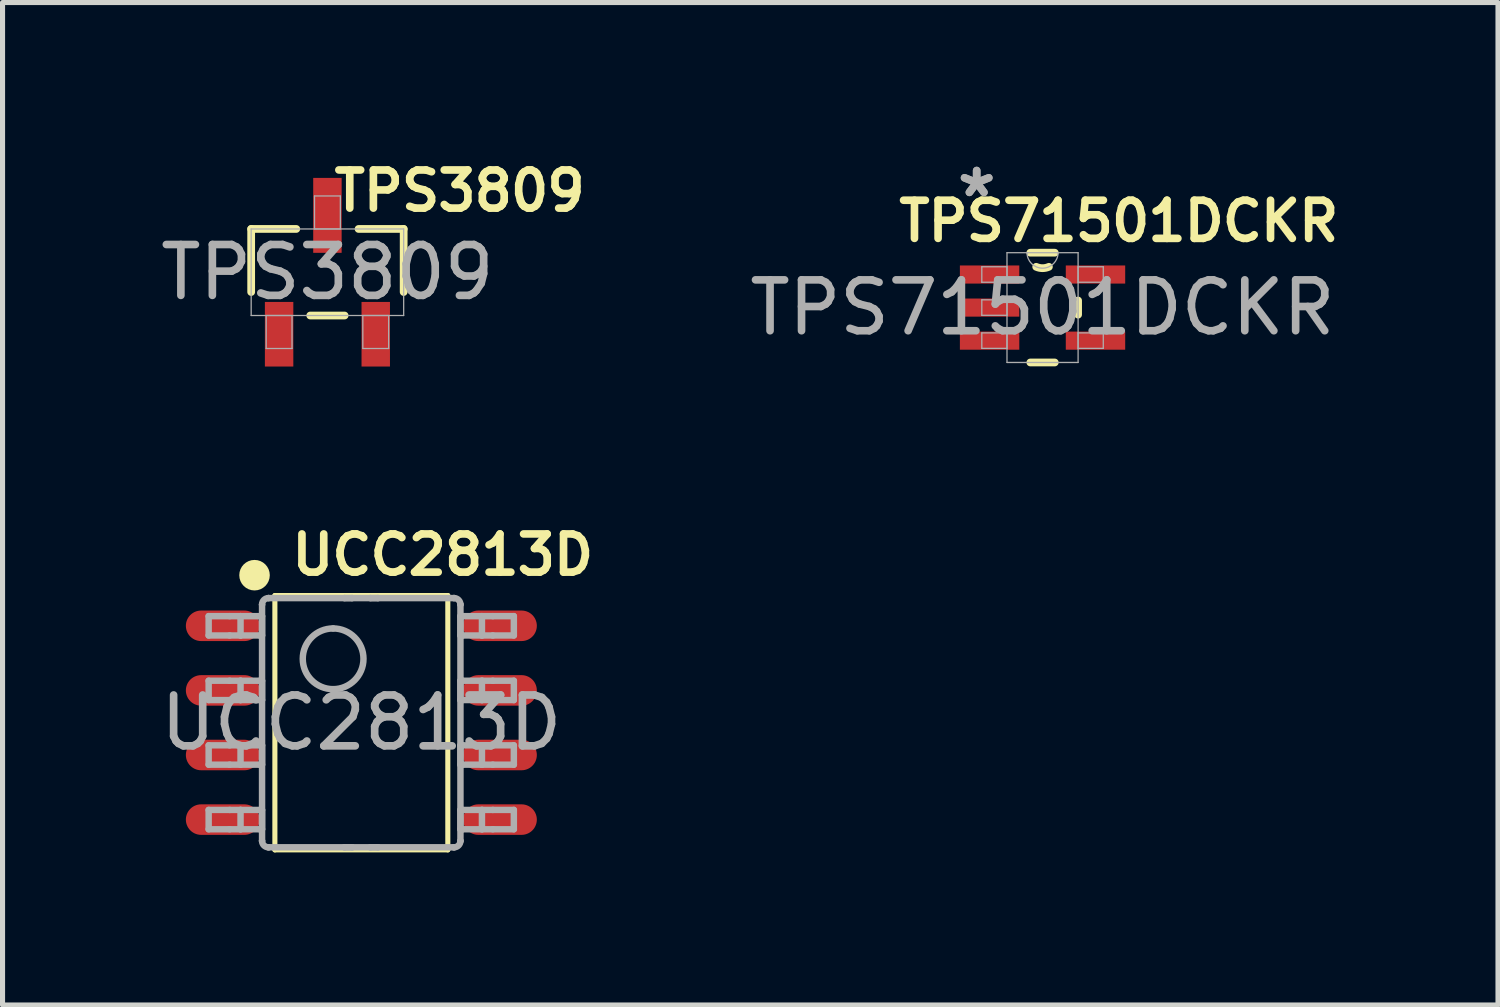
<source format=kicad_pcb>
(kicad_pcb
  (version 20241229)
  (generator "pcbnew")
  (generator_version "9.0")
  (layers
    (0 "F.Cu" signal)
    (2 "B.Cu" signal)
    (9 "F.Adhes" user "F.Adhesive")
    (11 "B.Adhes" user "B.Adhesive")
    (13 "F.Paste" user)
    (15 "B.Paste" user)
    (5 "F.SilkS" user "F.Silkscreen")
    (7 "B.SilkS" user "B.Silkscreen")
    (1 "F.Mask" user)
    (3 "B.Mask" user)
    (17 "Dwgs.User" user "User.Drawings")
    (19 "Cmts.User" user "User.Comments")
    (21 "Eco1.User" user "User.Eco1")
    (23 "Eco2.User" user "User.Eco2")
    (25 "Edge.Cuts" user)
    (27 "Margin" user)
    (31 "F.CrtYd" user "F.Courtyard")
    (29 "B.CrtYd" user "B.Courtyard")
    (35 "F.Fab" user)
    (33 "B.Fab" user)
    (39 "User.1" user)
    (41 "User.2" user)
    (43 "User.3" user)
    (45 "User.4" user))
  (footprint "TPS71501DCKR"
    (layer "F.Cu")
    (at 17.446 2.997)
    (property "Reference" "TPS71501DCKR" (at 1.5 -1.7 0) (unlocked yes) (layer "F.SilkS") (effects (font (size 0.75 0.75) (thickness 0.15))))
    (attr smd)
    (fp_line (start -0.24 1.079) (end 0.24 1.079) (stroke (width 0.152) (type solid)) (layer "F.SilkS"))
    (fp_line (start 0.24 -1.079) (end -0.24 -1.079) (stroke (width 0.152) (type solid)) (layer "F.SilkS"))
    (fp_line (start 0.699 0.139) (end 0.699 -0.139) (stroke (width 0.152) (type solid)) (layer "F.SilkS"))
    (fp_arc (start 0.12446 -0.801269) (mid 0 -0.7747) (end -0.12446 -0.801269) (stroke (width 0.1524) (type solid)) (layer "F.SilkS"))
    (fp_line (start -1.194 -0.802) (end -1.194 -0.498) (stroke (width 0.025) (type solid)) (layer "F.Fab"))
    (fp_line (start -1.194 -0.498) (end -0.699 -0.498) (stroke (width 0.025) (type solid)) (layer "F.Fab"))
    (fp_line (start -1.194 -0.152) (end -1.194 0.152) (stroke (width 0.025) (type solid)) (layer "F.Fab"))
    (fp_line (start -1.194 0.152) (end -0.699 0.152) (stroke (width 0.025) (type solid)) (layer "F.Fab"))
    (fp_line (start -1.194 0.498) (end -1.194 0.802) (stroke (width 0.025) (type solid)) (layer "F.Fab"))
    (fp_line (start -1.194 0.802) (end -0.699 0.802) (stroke (width 0.025) (type solid)) (layer "F.Fab"))
    (fp_line (start -0.699 -1.079) (end -0.699 1.079) (stroke (width 0.025) (type solid)) (layer "F.Fab"))
    (fp_line (start -0.699 -0.802) (end -1.194 -0.802) (stroke (width 0.025) (type solid)) (layer "F.Fab"))
    (fp_line (start -0.699 -0.498) (end -0.699 -0.802) (stroke (width 0.025) (type solid)) (layer "F.Fab"))
    (fp_line (start -0.699 -0.152) (end -1.194 -0.152) (stroke (width 0.025) (type solid)) (layer "F.Fab"))
    (fp_line (start -0.699 0.152) (end -0.699 -0.152) (stroke (width 0.025) (type solid)) (layer "F.Fab"))
    (fp_line (start -0.699 0.498) (end -1.194 0.498) (stroke (width 0.025) (type solid)) (layer "F.Fab"))
    (fp_line (start -0.699 0.802) (end -0.699 0.498) (stroke (width 0.025) (type solid)) (layer "F.Fab"))
    (fp_line (start -0.699 1.079) (end 0.699 1.079) (stroke (width 0.025) (type solid)) (layer "F.Fab"))
    (fp_line (start 0.699 -1.079) (end -0.699 -1.079) (stroke (width 0.025) (type solid)) (layer "F.Fab"))
    (fp_line (start 0.699 -0.802) (end 0.699 -0.498) (stroke (width 0.025) (type solid)) (layer "F.Fab"))
    (fp_line (start 0.699 -0.498) (end 1.194 -0.498) (stroke (width 0.025) (type solid)) (layer "F.Fab"))
    (fp_line (start 0.699 0.498) (end 0.699 0.802) (stroke (width 0.025) (type solid)) (layer "F.Fab"))
    (fp_line (start 0.699 0.802) (end 1.194 0.802) (stroke (width 0.025) (type solid)) (layer "F.Fab"))
    (fp_line (start 0.699 1.079) (end 0.699 -1.079) (stroke (width 0.025) (type solid)) (layer "F.Fab"))
    (fp_line (start 1.194 -0.802) (end 0.699 -0.802) (stroke (width 0.025) (type solid)) (layer "F.Fab"))
    (fp_line (start 1.194 -0.498) (end 1.194 -0.802) (stroke (width 0.025) (type solid)) (layer "F.Fab"))
    (fp_line (start 1.194 0.498) (end 0.699 0.498) (stroke (width 0.025) (type solid)) (layer "F.Fab"))
    (fp_line (start 1.194 0.802) (end 1.194 0.498) (stroke (width 0.025) (type solid)) (layer "F.Fab"))
    (fp_arc (start 0.3048 -1.0795) (mid 0 -0.7747) (end -0.3048 -1.0795) (stroke (width 0.0254) (type solid)) (layer "F.Fab"))
    (fp_text user "${REFERENCE}" (at 0 0 0) (unlocked yes) (layer "F.Fab") (effects (font (size 1 1) (thickness 0.15))))
    (fp_text user "*" (at -1.295 -2.149 0) (layer "F.Fab") (effects (font (size 1 1) (thickness 0.15))))
    (fp_text user "*" (at -1.295 -2.149 0) (unlocked yes) (layer "F.Fab") (effects (font (size 1 1) (thickness 0.15))))
    (pad "1" smd rect (at -1.041 -0.65) (size 1.168 0.356) (layers "F.Cu" "F.Mask" "F.Paste"))
    (pad "2" smd rect (at -1.041 0) (size 1.168 0.356) (layers "F.Cu" "F.Mask" "F.Paste"))
    (pad "3" smd rect (at -1.041 0.65) (size 1.168 0.356) (layers "F.Cu" "F.Mask" "F.Paste"))
    (pad "4" smd rect (at 1.041 0.65) (size 1.168 0.356) (layers "F.Cu" "F.Mask" "F.Paste"))
    (pad "5" smd rect (at 1.041 -0.65) (size 1.168 0.356) (layers "F.Cu" "F.Mask" "F.Paste")))
  (footprint "UCC2813D"
    (layer "F.Cu")
    (at 4.054 11.158)
    (property "Reference" "UCC2813D" (at 1.6 -3.3 0) (unlocked yes) (layer "F.SilkS") (effects (font (size 0.75 0.75) (thickness 0.15))))
    (attr smd)
    (fp_line (start -1.7 -2.5) (end 1.7 -2.5) (stroke (width 0.1) (type solid)) (layer "F.SilkS"))
    (fp_line (start -1.7 2.5) (end -1.7 -2.5) (stroke (width 0.1) (type default)) (layer "F.SilkS"))
    (fp_line (start -1.7 2.5) (end 1.7 2.5) (stroke (width 0.1) (type solid)) (layer "F.SilkS"))
    (fp_line (start 1.7 2.5) (end 1.7 -2.5) (stroke (width 0.1) (type default)) (layer "F.SilkS"))
    (fp_circle (center -2.1 -2.9) (end -1.95 -2.9) (stroke (width 0.3) (type default)) (fill no) (layer "F.SilkS"))
    (fp_line (start -3.002 -2.095) (end -2.589 -2.095) (stroke (width 0.127) (type solid)) (layer "F.Fab"))
    (fp_line (start -3.002 -1.715) (end -3.002 -2.095) (stroke (width 0.127) (type solid)) (layer "F.Fab"))
    (fp_line (start -3.002 -1.715) (end -2.589 -1.715) (stroke (width 0.127) (type solid)) (layer "F.Fab"))
    (fp_line (start -3.002 -0.825) (end -2.589 -0.825) (stroke (width 0.127) (type solid)) (layer "F.Fab"))
    (fp_line (start -3.002 -0.445) (end -3.002 -0.825) (stroke (width 0.127) (type solid)) (layer "F.Fab"))
    (fp_line (start -3.002 -0.445) (end -2.589 -0.445) (stroke (width 0.127) (type solid)) (layer "F.Fab"))
    (fp_line (start -3.002 0.445) (end -2.589 0.445) (stroke (width 0.127) (type solid)) (layer "F.Fab"))
    (fp_line (start -3.002 0.825) (end -3.002 0.445) (stroke (width 0.127) (type solid)) (layer "F.Fab"))
    (fp_line (start -3.002 0.825) (end -2.589 0.825) (stroke (width 0.127) (type solid)) (layer "F.Fab"))
    (fp_line (start -3.002 1.715) (end -2.589 1.715) (stroke (width 0.127) (type solid)) (layer "F.Fab"))
    (fp_line (start -3.002 2.095) (end -3.002 1.715) (stroke (width 0.127) (type solid)) (layer "F.Fab"))
    (fp_line (start -3.002 2.095) (end -2.589 2.095) (stroke (width 0.127) (type solid)) (layer "F.Fab"))
    (fp_line (start -2.589 -2.095) (end -2.375 -2.095) (stroke (width 0.127) (type solid)) (layer "F.Fab"))
    (fp_line (start -2.589 -1.715) (end -2.375 -1.715) (stroke (width 0.127) (type solid)) (layer "F.Fab"))
    (fp_line (start -2.589 -0.825) (end -2.375 -0.825) (stroke (width 0.127) (type solid)) (layer "F.Fab"))
    (fp_line (start -2.589 -0.445) (end -2.375 -0.445) (stroke (width 0.127) (type solid)) (layer "F.Fab"))
    (fp_line (start -2.589 0.445) (end -2.375 0.445) (stroke (width 0.127) (type solid)) (layer "F.Fab"))
    (fp_line (start -2.589 0.825) (end -2.375 0.825) (stroke (width 0.127) (type solid)) (layer "F.Fab"))
    (fp_line (start -2.589 1.715) (end -2.375 1.715) (stroke (width 0.127) (type solid)) (layer "F.Fab"))
    (fp_line (start -2.589 2.095) (end -2.375 2.095) (stroke (width 0.127) (type solid)) (layer "F.Fab"))
    (fp_line (start -2.375 -2.095) (end -1.995 -2.095) (stroke (width 0.127) (type solid)) (layer "F.Fab"))
    (fp_line (start -2.375 -1.715) (end -2.375 -2.095) (stroke (width 0.127) (type solid)) (layer "F.Fab"))
    (fp_line (start -2.375 -1.715) (end -1.995 -1.715) (stroke (width 0.127) (type solid)) (layer "F.Fab"))
    (fp_line (start -2.375 -0.825) (end -1.995 -0.825) (stroke (width 0.127) (type solid)) (layer "F.Fab"))
    (fp_line (start -2.375 -0.445) (end -2.375 -0.825) (stroke (width 0.127) (type solid)) (layer "F.Fab"))
    (fp_line (start -2.375 -0.445) (end -1.995 -0.445) (stroke (width 0.127) (type solid)) (layer "F.Fab"))
    (fp_line (start -2.375 0.445) (end -1.995 0.445) (stroke (width 0.127) (type solid)) (layer "F.Fab"))
    (fp_line (start -2.375 0.825) (end -2.375 0.445) (stroke (width 0.127) (type solid)) (layer "F.Fab"))
    (fp_line (start -2.375 0.825) (end -1.995 0.825) (stroke (width 0.127) (type solid)) (layer "F.Fab"))
    (fp_line (start -2.375 1.715) (end -1.995 1.715) (stroke (width 0.127) (type solid)) (layer "F.Fab"))
    (fp_line (start -2.375 2.095) (end -2.375 1.715) (stroke (width 0.127) (type solid)) (layer "F.Fab"))
    (fp_line (start -2.375 2.095) (end -1.995 2.095) (stroke (width 0.127) (type solid)) (layer "F.Fab"))
    (fp_line (start -1.995 -2.095) (end -1.952 -2.095) (stroke (width 0.127) (type solid)) (layer "F.Fab"))
    (fp_line (start -1.995 -1.715) (end -1.952 -1.715) (stroke (width 0.127) (type solid)) (layer "F.Fab"))
    (fp_line (start -1.995 -0.825) (end -1.952 -0.825) (stroke (width 0.127) (type solid)) (layer "F.Fab"))
    (fp_line (start -1.995 -0.445) (end -1.952 -0.445) (stroke (width 0.127) (type solid)) (layer "F.Fab"))
    (fp_line (start -1.995 0.445) (end -1.952 0.445) (stroke (width 0.127) (type solid)) (layer "F.Fab"))
    (fp_line (start -1.995 0.825) (end -1.952 0.825) (stroke (width 0.127) (type solid)) (layer "F.Fab"))
    (fp_line (start -1.995 1.715) (end -1.952 1.715) (stroke (width 0.127) (type solid)) (layer "F.Fab"))
    (fp_line (start -1.995 2.095) (end -1.952 2.095) (stroke (width 0.127) (type solid)) (layer "F.Fab"))
    (fp_line (start -1.952 -2.323) (end -1.952 -2.324) (stroke (width 0.127) (type solid)) (layer "F.Fab"))
    (fp_line (start -1.952 -1.715) (end -1.952 -2.095) (stroke (width 0.127) (type solid)) (layer "F.Fab"))
    (fp_line (start -1.952 -0.445) (end -1.952 -0.825) (stroke (width 0.127) (type solid)) (layer "F.Fab"))
    (fp_line (start -1.952 0.825) (end -1.952 0.445) (stroke (width 0.127) (type solid)) (layer "F.Fab"))
    (fp_line (start -1.952 2.095) (end -1.952 1.715) (stroke (width 0.127) (type solid)) (layer "F.Fab"))
    (fp_line (start -1.952 2.323) (end -1.952 -2.323) (stroke (width 0.127) (type solid)) (layer "F.Fab"))
    (fp_line (start -1.952 2.324) (end -1.952 2.323) (stroke (width 0.127) (type solid)) (layer "F.Fab"))
    (fp_line (start -1.826 -2.45) (end -1.825 -2.45) (stroke (width 0.127) (type solid)) (layer "F.Fab"))
    (fp_line (start -1.826 2.45) (end -1.825 2.45) (stroke (width 0.127) (type solid)) (layer "F.Fab"))
    (fp_line (start -1.825 -2.45) (end -0.332 -2.45) (stroke (width 0.127) (type solid)) (layer "F.Fab"))
    (fp_line (start -1.825 2.45) (end -0.332 2.45) (stroke (width 0.127) (type solid)) (layer "F.Fab"))
    (fp_line (start -0.332 -2.45) (end -0.182 -2.45) (stroke (width 0.127) (type solid)) (layer "F.Fab"))
    (fp_line (start -0.332 -2.45) (end -0.182 -2.45) (stroke (width 0.127) (type solid)) (layer "F.Fab"))
    (fp_line (start -0.332 2.45) (end -0.182 2.45) (stroke (width 0.127) (type solid)) (layer "F.Fab"))
    (fp_line (start -0.332 2.45) (end -0.182 2.45) (stroke (width 0.127) (type solid)) (layer "F.Fab"))
    (fp_line (start -0.182 -2.45) (end 0.178 -2.45) (stroke (width 0.127) (type solid)) (layer "F.Fab"))
    (fp_line (start -0.182 2.45) (end 0.178 2.45) (stroke (width 0.127) (type solid)) (layer "F.Fab"))
    (fp_line (start 0.178 -2.45) (end 0.328 -2.45) (stroke (width 0.127) (type solid)) (layer "F.Fab"))
    (fp_line (start 0.178 -2.45) (end 0.328 -2.45) (stroke (width 0.127) (type solid)) (layer "F.Fab"))
    (fp_line (start 0.178 2.45) (end 0.328 2.45) (stroke (width 0.127) (type solid)) (layer "F.Fab"))
    (fp_line (start 0.178 2.45) (end 0.328 2.45) (stroke (width 0.127) (type solid)) (layer "F.Fab"))
    (fp_line (start 0.328 -2.45) (end 1.821 -2.45) (stroke (width 0.127) (type solid)) (layer "F.Fab"))
    (fp_line (start 0.328 2.45) (end 1.821 2.45) (stroke (width 0.127) (type solid)) (layer "F.Fab"))
    (fp_line (start 1.821 -2.45) (end 1.822 -2.45) (stroke (width 0.127) (type solid)) (layer "F.Fab"))
    (fp_line (start 1.821 2.45) (end 1.822 2.45) (stroke (width 0.127) (type solid)) (layer "F.Fab"))
    (fp_line (start 1.948 -2.323) (end 1.948 -2.324) (stroke (width 0.127) (type solid)) (layer "F.Fab"))
    (fp_line (start 1.948 -2.095) (end 1.991 -2.095) (stroke (width 0.127) (type solid)) (layer "F.Fab"))
    (fp_line (start 1.948 -1.715) (end 1.948 -2.095) (stroke (width 0.127) (type solid)) (layer "F.Fab"))
    (fp_line (start 1.948 -1.715) (end 1.991 -1.715) (stroke (width 0.127) (type solid)) (layer "F.Fab"))
    (fp_line (start 1.948 -0.825) (end 1.991 -0.825) (stroke (width 0.127) (type solid)) (layer "F.Fab"))
    (fp_line (start 1.948 -0.445) (end 1.948 -0.825) (stroke (width 0.127) (type solid)) (layer "F.Fab"))
    (fp_line (start 1.948 -0.445) (end 1.991 -0.445) (stroke (width 0.127) (type solid)) (layer "F.Fab"))
    (fp_line (start 1.948 0.445) (end 1.991 0.445) (stroke (width 0.127) (type solid)) (layer "F.Fab"))
    (fp_line (start 1.948 0.825) (end 1.948 0.445) (stroke (width 0.127) (type solid)) (layer "F.Fab"))
    (fp_line (start 1.948 0.825) (end 1.991 0.825) (stroke (width 0.127) (type solid)) (layer "F.Fab"))
    (fp_line (start 1.948 1.715) (end 1.991 1.715) (stroke (width 0.127) (type solid)) (layer "F.Fab"))
    (fp_line (start 1.948 2.095) (end 1.948 1.715) (stroke (width 0.127) (type solid)) (layer "F.Fab"))
    (fp_line (start 1.948 2.095) (end 1.991 2.095) (stroke (width 0.127) (type solid)) (layer "F.Fab"))
    (fp_line (start 1.948 2.323) (end 1.948 -2.323) (stroke (width 0.127) (type solid)) (layer "F.Fab"))
    (fp_line (start 1.948 2.324) (end 1.948 2.323) (stroke (width 0.127) (type solid)) (layer "F.Fab"))
    (fp_line (start 1.991 -2.095) (end 2.371 -2.095) (stroke (width 0.127) (type solid)) (layer "F.Fab"))
    (fp_line (start 1.991 -1.715) (end 2.371 -1.715) (stroke (width 0.127) (type solid)) (layer "F.Fab"))
    (fp_line (start 1.991 -0.825) (end 2.371 -0.825) (stroke (width 0.127) (type solid)) (layer "F.Fab"))
    (fp_line (start 1.991 -0.445) (end 2.371 -0.445) (stroke (width 0.127) (type solid)) (layer "F.Fab"))
    (fp_line (start 1.991 0.445) (end 2.371 0.445) (stroke (width 0.127) (type solid)) (layer "F.Fab"))
    (fp_line (start 1.991 0.825) (end 2.371 0.825) (stroke (width 0.127) (type solid)) (layer "F.Fab"))
    (fp_line (start 1.991 1.715) (end 2.371 1.715) (stroke (width 0.127) (type solid)) (layer "F.Fab"))
    (fp_line (start 1.991 2.095) (end 2.371 2.095) (stroke (width 0.127) (type solid)) (layer "F.Fab"))
    (fp_line (start 2.371 -2.095) (end 2.585 -2.095) (stroke (width 0.127) (type solid)) (layer "F.Fab"))
    (fp_line (start 2.371 -1.715) (end 2.371 -2.095) (stroke (width 0.127) (type solid)) (layer "F.Fab"))
    (fp_line (start 2.371 -1.715) (end 2.585 -1.715) (stroke (width 0.127) (type solid)) (layer "F.Fab"))
    (fp_line (start 2.371 -0.825) (end 2.585 -0.825) (stroke (width 0.127) (type solid)) (layer "F.Fab"))
    (fp_line (start 2.371 -0.445) (end 2.371 -0.825) (stroke (width 0.127) (type solid)) (layer "F.Fab"))
    (fp_line (start 2.371 -0.445) (end 2.585 -0.445) (stroke (width 0.127) (type solid)) (layer "F.Fab"))
    (fp_line (start 2.371 0.445) (end 2.585 0.445) (stroke (width 0.127) (type solid)) (layer "F.Fab"))
    (fp_line (start 2.371 0.825) (end 2.371 0.445) (stroke (width 0.127) (type solid)) (layer "F.Fab"))
    (fp_line (start 2.371 0.825) (end 2.585 0.825) (stroke (width 0.127) (type solid)) (layer "F.Fab"))
    (fp_line (start 2.371 1.715) (end 2.585 1.715) (stroke (width 0.127) (type solid)) (layer "F.Fab"))
    (fp_line (start 2.371 2.095) (end 2.371 1.715) (stroke (width 0.127) (type solid)) (layer "F.Fab"))
    (fp_line (start 2.371 2.095) (end 2.585 2.095) (stroke (width 0.127) (type solid)) (layer "F.Fab"))
    (fp_line (start 2.585 -2.095) (end 2.998 -2.095) (stroke (width 0.127) (type solid)) (layer "F.Fab"))
    (fp_line (start 2.585 -1.715) (end 2.998 -1.715) (stroke (width 0.127) (type solid)) (layer "F.Fab"))
    (fp_line (start 2.585 -0.825) (end 2.998 -0.825) (stroke (width 0.127) (type solid)) (layer "F.Fab"))
    (fp_line (start 2.585 -0.445) (end 2.998 -0.445) (stroke (width 0.127) (type solid)) (layer "F.Fab"))
    (fp_line (start 2.585 0.445) (end 2.998 0.445) (stroke (width 0.127) (type solid)) (layer "F.Fab"))
    (fp_line (start 2.585 0.825) (end 2.998 0.825) (stroke (width 0.127) (type solid)) (layer "F.Fab"))
    (fp_line (start 2.585 1.715) (end 2.998 1.715) (stroke (width 0.127) (type solid)) (layer "F.Fab"))
    (fp_line (start 2.585 2.095) (end 2.998 2.095) (stroke (width 0.127) (type solid)) (layer "F.Fab"))
    (fp_line (start 2.998 -1.715) (end 2.998 -2.095) (stroke (width 0.127) (type solid)) (layer "F.Fab"))
    (fp_line (start 2.998 -0.445) (end 2.998 -0.825) (stroke (width 0.127) (type solid)) (layer "F.Fab"))
    (fp_line (start 2.998 0.825) (end 2.998 0.445) (stroke (width 0.127) (type solid)) (layer "F.Fab"))
    (fp_line (start 2.998 2.095) (end 2.998 1.715) (stroke (width 0.127) (type solid)) (layer "F.Fab"))
    (fp_arc (start -1.952002 -2.323941) (mid -1.914806 -2.412806) (end -1.825941 -2.450002) (stroke (width 0.127) (type solid)) (layer "F.Fab"))
    (fp_arc (start -1.825941 2.449992) (mid -1.914806 2.412795) (end -1.952002 2.323931) (stroke (width 0.127) (type solid)) (layer "F.Fab"))
    (fp_arc (start -0.555 -1.8531) (mid 0.0419 -1.2562) (end -0.555 -0.6593) (stroke (width 0.127) (type solid)) (layer "F.Fab"))
    (fp_arc (start -0.555 -0.6593) (mid -1.1519 -1.2562) (end -0.555 -1.8531) (stroke (width 0.127) (type solid)) (layer "F.Fab"))
    (fp_arc (start 1.821933 -2.450002) (mid 1.910797 -2.412806) (end 1.947994 -2.323941) (stroke (width 0.127) (type solid)) (layer "F.Fab"))
    (fp_arc (start 1.947994 2.323931) (mid 1.910797 2.412795) (end 1.821933 2.449992) (stroke (width 0.127) (type solid)) (layer "F.Fab"))
    (fp_text user "${REFERENCE}" (at 0 0 0) (unlocked yes) (layer "F.Fab") (effects (font (size 1 1) (thickness 0.15))))
    (pad "1" smd oval (at -2.725 -1.905 90) (size 0.6 1.45) (layers "F.Cu" "F.Mask" "F.Paste"))
    (pad "2" smd oval (at -2.725 -0.635 90) (size 0.6 1.45) (layers "F.Cu" "F.Mask" "F.Paste"))
    (pad "3" smd oval (at -2.725 0.635 90) (size 0.6 1.45) (layers "F.Cu" "F.Mask" "F.Paste"))
    (pad "4" smd oval (at -2.725 1.905 90) (size 0.6 1.45) (layers "F.Cu" "F.Mask" "F.Paste"))
    (pad "5" smd oval (at 2.725 1.905 90) (size 0.6 1.45) (layers "F.Cu" "F.Mask" "F.Paste"))
    (pad "6" smd oval (at 2.725 0.635 90) (size 0.6 1.45) (layers "F.Cu" "F.Mask" "F.Paste"))
    (pad "7" smd oval (at 2.725 -0.635 90) (size 0.6 1.45) (layers "F.Cu" "F.Mask" "F.Paste"))
    (pad "8" smd oval (at 2.725 -1.905 90) (size 0.6 1.45) (layers "F.Cu" "F.Mask" "F.Paste")))
  (footprint "TPS3809"
    (layer "F.Cu")
    (at 3.387 2.302)
    (property "Reference" "TPS3809" (at 2.6 -1.6 0) (unlocked yes) (layer "F.SilkS") (effects (font (size 0.75 0.75) (thickness 0.15))))
    (attr smd)
    (fp_line (start -1.499 -0.851) (end -1.499 0.389) (stroke (width 0.152) (type solid)) (layer "F.SilkS"))
    (fp_line (start -0.612 -0.851) (end -1.499 -0.851) (stroke (width 0.152) (type solid)) (layer "F.SilkS"))
    (fp_line (start -0.338 0.851) (end 0.338 0.851) (stroke (width 0.152) (type solid)) (layer "F.SilkS"))
    (fp_line (start 1.499 -0.851) (end 0.612 -0.851) (stroke (width 0.152) (type solid)) (layer "F.SilkS"))
    (fp_line (start 1.499 0.389) (end 1.499 -0.851) (stroke (width 0.152) (type solid)) (layer "F.SilkS"))
    (fp_line (start -1.499 -0.851) (end -1.499 0.851) (stroke (width 0.025) (type solid)) (layer "F.Fab"))
    (fp_line (start -1.499 0.851) (end 1.499 0.851) (stroke (width 0.025) (type solid)) (layer "F.Fab"))
    (fp_line (start -1.204 0.851) (end -1.204 1.499) (stroke (width 0.025) (type solid)) (layer "F.Fab"))
    (fp_line (start -1.204 1.499) (end -0.696 1.499) (stroke (width 0.025) (type solid)) (layer "F.Fab"))
    (fp_line (start -0.696 0.851) (end -1.204 0.851) (stroke (width 0.025) (type solid)) (layer "F.Fab"))
    (fp_line (start -0.696 1.499) (end -0.696 0.851) (stroke (width 0.025) (type solid)) (layer "F.Fab"))
    (fp_line (start -0.254 -1.499) (end -0.254 -0.851) (stroke (width 0.025) (type solid)) (layer "F.Fab"))
    (fp_line (start -0.254 -0.851) (end 0.254 -0.851) (stroke (width 0.025) (type solid)) (layer "F.Fab"))
    (fp_line (start 0.254 -1.499) (end -0.254 -1.499) (stroke (width 0.025) (type solid)) (layer "F.Fab"))
    (fp_line (start 0.254 -0.851) (end 0.254 -1.499) (stroke (width 0.025) (type solid)) (layer "F.Fab"))
    (fp_line (start 0.696 0.851) (end 0.696 1.499) (stroke (width 0.025) (type solid)) (layer "F.Fab"))
    (fp_line (start 0.696 1.499) (end 1.204 1.499) (stroke (width 0.025) (type solid)) (layer "F.Fab"))
    (fp_line (start 1.204 0.851) (end 0.696 0.851) (stroke (width 0.025) (type solid)) (layer "F.Fab"))
    (fp_line (start 1.204 1.499) (end 1.204 0.851) (stroke (width 0.025) (type solid)) (layer "F.Fab"))
    (fp_line (start 1.499 -0.851) (end -1.499 -0.851) (stroke (width 0.025) (type solid)) (layer "F.Fab"))
    (fp_line (start 1.499 0.851) (end 1.499 -0.851) (stroke (width 0.025) (type solid)) (layer "F.Fab"))
    (fp_text user "${REFERENCE}" (at 0 0 0) (unlocked yes) (layer "F.Fab") (effects (font (size 1 1) (thickness 0.15))))
    (pad "1" smd rect (at -0.95 1.219) (size 0.559 1.27) (layers "F.Cu" "F.Mask" "F.Paste"))
    (pad "2" smd rect (at 0.95 1.219) (size 0.559 1.27) (layers "F.Cu" "F.Mask" "F.Paste"))
    (pad "3" smd rect (at 0 -1.118) (size 0.559 1.473) (layers "F.Cu" "F.Mask" "F.Paste")))
  (gr_rect
    (start -3 -3)
    (end 26.4 16.708)
    (stroke (width 0.1) (type default))
    (fill no)
    (layer "Edge.Cuts")))
</source>
